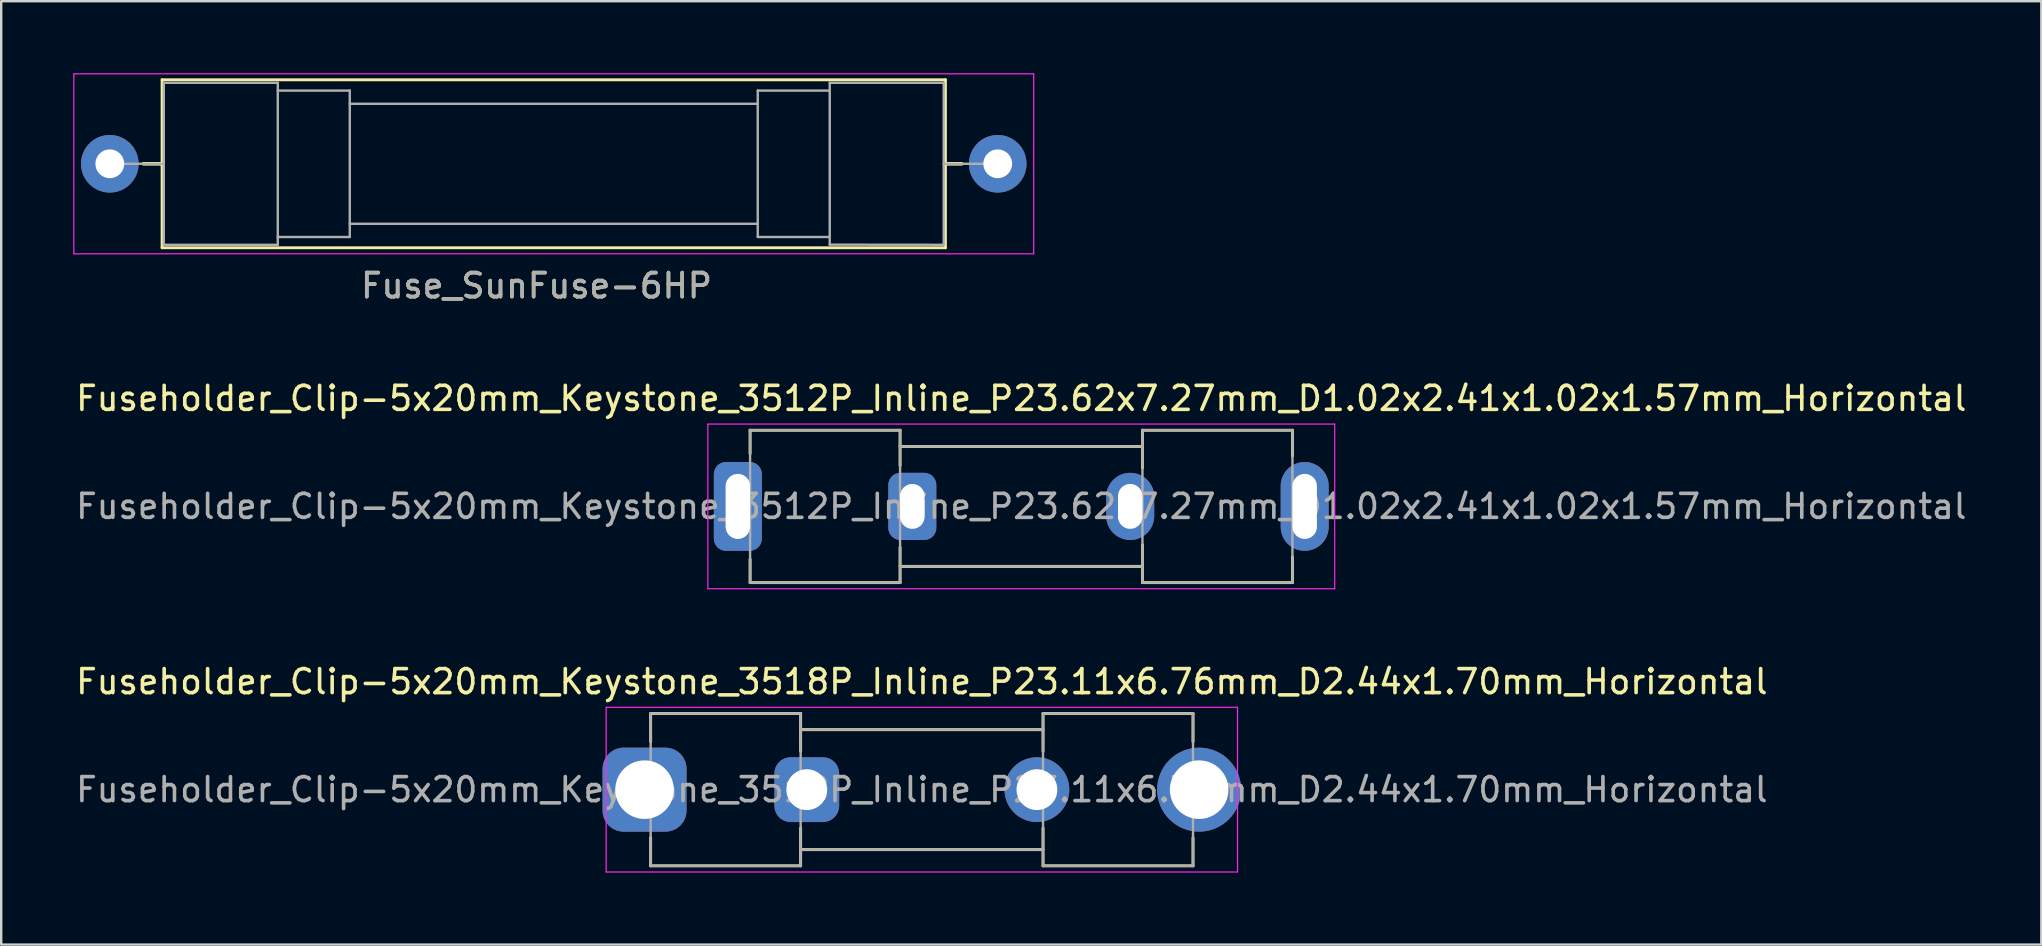
<source format=kicad_pcb>
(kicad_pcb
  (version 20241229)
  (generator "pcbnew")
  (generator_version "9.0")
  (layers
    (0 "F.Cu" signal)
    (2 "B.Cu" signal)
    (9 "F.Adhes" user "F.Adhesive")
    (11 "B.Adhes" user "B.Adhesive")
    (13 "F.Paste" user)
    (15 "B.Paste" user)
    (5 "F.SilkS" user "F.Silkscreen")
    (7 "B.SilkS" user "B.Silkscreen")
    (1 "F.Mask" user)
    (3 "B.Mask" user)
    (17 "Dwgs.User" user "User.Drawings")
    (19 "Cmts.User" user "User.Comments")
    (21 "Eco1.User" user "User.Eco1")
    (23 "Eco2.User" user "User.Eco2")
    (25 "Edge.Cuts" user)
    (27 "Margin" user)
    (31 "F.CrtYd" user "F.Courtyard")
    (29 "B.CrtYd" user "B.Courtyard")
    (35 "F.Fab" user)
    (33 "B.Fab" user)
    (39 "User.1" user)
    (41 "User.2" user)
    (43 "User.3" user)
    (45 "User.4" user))
  (footprint "Fuse_SunFuse-6HP"
    (layer "F.Cu")
    (at 1.525 3.775)
    (property "Reference" "Fuse_SunFuse-6HP" (at 17.78 5.08 0) (layer "F.SilkS") (effects (font (size 1 1) (thickness 0.15))))
    (attr through_hole)
    (fp_line (start 1.4 0) (end 2.18 0) (stroke (width 0.15) (type solid)) (layer "F.SilkS"))
    (fp_line (start 2.18 -3.5) (end 2.18 3.5) (stroke (width 0.12) (type solid)) (layer "F.SilkS"))
    (fp_line (start 2.18 -3.5) (end 34.82 -3.5) (stroke (width 0.12) (type solid)) (layer "F.SilkS"))
    (fp_line (start 2.18 3.5) (end 34.82 3.5) (stroke (width 0.12) (type solid)) (layer "F.SilkS"))
    (fp_line (start 34.82 0) (end 35.5 0) (stroke (width 0.15) (type solid)) (layer "F.SilkS"))
    (fp_line (start 34.82 3.5) (end 34.82 -3.5) (stroke (width 0.12) (type solid)) (layer "F.SilkS"))
    (fp_line (start -1.5 -3.75) (end -1.5 3.75) (stroke (width 0.05) (type solid)) (layer "F.CrtYd"))
    (fp_line (start -1.5 -3.75) (end 38.5 -3.75) (stroke (width 0.05) (type solid)) (layer "F.CrtYd"))
    (fp_line (start -1.5 3.75) (end 38.5 3.75) (stroke (width 0.05) (type solid)) (layer "F.CrtYd"))
    (fp_line (start 38.5 3.75) (end 38.5 -3.75) (stroke (width 0.05) (type solid)) (layer "F.CrtYd"))
    (fp_line (start 0 0) (end 2.25 0) (stroke (width 0.1) (type solid)) (layer "F.Fab"))
    (fp_line (start 2.25 -3.375) (end 2.25 3.375) (stroke (width 0.1) (type solid)) (layer "F.Fab"))
    (fp_line (start 2.25 -3.375) (end 7 -3.375) (stroke (width 0.1) (type solid)) (layer "F.Fab"))
    (fp_line (start 2.25 3.375) (end 7 3.375) (stroke (width 0.1) (type solid)) (layer "F.Fab"))
    (fp_line (start 7 -3.375) (end 7 3.375) (stroke (width 0.1) (type solid)) (layer "F.Fab"))
    (fp_line (start 7 -3.05) (end 10 -3.05) (stroke (width 0.1) (type solid)) (layer "F.Fab"))
    (fp_line (start 7 3.05) (end 10 3.05) (stroke (width 0.1) (type solid)) (layer "F.Fab"))
    (fp_line (start 10 -2.5) (end 27 -2.5) (stroke (width 0.1) (type solid)) (layer "F.Fab"))
    (fp_line (start 10 2.5) (end 27 2.5) (stroke (width 0.1) (type solid)) (layer "F.Fab"))
    (fp_line (start 10 3.05) (end 10 -3.05) (stroke (width 0.1) (type solid)) (layer "F.Fab"))
    (fp_line (start 27 -3.05) (end 30 -3.05) (stroke (width 0.1) (type solid)) (layer "F.Fab"))
    (fp_line (start 27 3.05) (end 27 -3.05) (stroke (width 0.1) (type solid)) (layer "F.Fab"))
    (fp_line (start 27 3.05) (end 30 3.05) (stroke (width 0.1) (type solid)) (layer "F.Fab"))
    (fp_line (start 30 -3.375) (end 30 3.375) (stroke (width 0.1) (type solid)) (layer "F.Fab"))
    (fp_line (start 30 -3.375) (end 34.75 -3.375) (stroke (width 0.1) (type solid)) (layer "F.Fab"))
    (fp_line (start 30 3.37) (end 34.75 3.375) (stroke (width 0.1) (type solid)) (layer "F.Fab"))
    (fp_line (start 34.75 -3.375) (end 34.75 3.375) (stroke (width 0.1) (type solid)) (layer "F.Fab"))
    (fp_line (start 34.75 0) (end 37 0) (stroke (width 0.1) (type solid)) (layer "F.Fab"))
    (fp_text user "${REFERENCE}" (at 17.78 5.08 0) (layer "F.Fab") (effects (font (size 1 1) (thickness 0.15))))
    (pad "1" thru_hole circle (at 0 0) (size 2.4 2.4) (drill 1.2) (layers "*.Cu" "*.Mask"))
    (pad "2" thru_hole circle (at 37 0) (size 2.4 2.4) (drill 1.2) (layers "*.Cu" "*.Mask")))
  (footprint "Fuseholder_Clip-5x20mm_Keystone_3518P_Inline_P23.11x6.76mm_D2.44x1.70mm_Horizontal"
    (layer "F.Cu")
    (at 23.808 29.855)
    (property "Reference" "Fuseholder_Clip-5x20mm_Keystone_3518P_Inline_P23.11x6.76mm_D2.44x1.70mm_Horizontal" (at 11.555 -4.5 0) (layer "F.SilkS") (effects (font (size 1 1) (thickness 0.15))))
    (attr through_hole)
    (fp_line (start 0.255 -3.175) (end 0.255 -2) (stroke (width 0.12) (type solid)) (layer "F.SilkS"))
    (fp_line (start 0.255 3.175) (end 0.255 2) (stroke (width 0.12) (type solid)) (layer "F.SilkS"))
    (fp_line (start 6.505 -3.175) (end 0.255 -3.175) (stroke (width 0.12) (type solid)) (layer "F.SilkS"))
    (fp_line (start 6.505 -3.175) (end 6.505 -1.6) (stroke (width 0.12) (type solid)) (layer "F.SilkS"))
    (fp_line (start 6.505 3.175) (end 0.255 3.175) (stroke (width 0.12) (type solid)) (layer "F.SilkS"))
    (fp_line (start 6.505 3.175) (end 6.505 1.6) (stroke (width 0.12) (type solid)) (layer "F.SilkS"))
    (fp_line (start 16.605 -3.175) (end 16.605 -1.6) (stroke (width 0.12) (type solid)) (layer "F.SilkS"))
    (fp_line (start 16.605 -2.5) (end 6.505 -2.5) (stroke (width 0.12) (type solid)) (layer "F.SilkS"))
    (fp_line (start 16.605 2.5) (end 6.505 2.5) (stroke (width 0.12) (type solid)) (layer "F.SilkS"))
    (fp_line (start 16.605 3.175) (end 16.605 1.6) (stroke (width 0.12) (type solid)) (layer "F.SilkS"))
    (fp_line (start 16.605 3.175) (end 22.855 3.175) (stroke (width 0.12) (type solid)) (layer "F.SilkS"))
    (fp_line (start 22.855 -3.175) (end 16.605 -3.175) (stroke (width 0.12) (type solid)) (layer "F.SilkS"))
    (fp_line (start 22.855 -2) (end 22.855 -3.175) (stroke (width 0.12) (type solid)) (layer "F.SilkS"))
    (fp_line (start 22.855 2) (end 22.855 3.175) (stroke (width 0.12) (type solid)) (layer "F.SilkS"))
    (fp_line (start -1.6 -3.43) (end -1.6 3.43) (stroke (width 0.05) (type solid)) (layer "F.CrtYd"))
    (fp_line (start -1.6 -3.43) (end 24.71 -3.43) (stroke (width 0.05) (type solid)) (layer "F.CrtYd"))
    (fp_line (start 24.71 3.43) (end -1.6 3.43) (stroke (width 0.05) (type solid)) (layer "F.CrtYd"))
    (fp_line (start 24.71 3.43) (end 24.71 -3.43) (stroke (width 0.05) (type solid)) (layer "F.CrtYd"))
    (fp_line (start 0.255 -3.175) (end 6.505 -3.175) (stroke (width 0.1) (type solid)) (layer "F.Fab"))
    (fp_line (start 0.255 3.175) (end 0.255 -3.175) (stroke (width 0.1) (type solid)) (layer "F.Fab"))
    (fp_line (start 6.505 -3.175) (end 6.505 3.175) (stroke (width 0.1) (type solid)) (layer "F.Fab"))
    (fp_line (start 6.505 -2.5) (end 16.605 -2.5) (stroke (width 0.1) (type solid)) (layer "F.Fab"))
    (fp_line (start 6.505 3.175) (end 0.255 3.175) (stroke (width 0.1) (type solid)) (layer "F.Fab"))
    (fp_line (start 16.605 -3.175) (end 16.605 3.175) (stroke (width 0.1) (type solid)) (layer "F.Fab"))
    (fp_line (start 16.605 2.5) (end 6.505 2.5) (stroke (width 0.1) (type solid)) (layer "F.Fab"))
    (fp_line (start 16.605 3.175) (end 22.855 3.175) (stroke (width 0.1) (type solid)) (layer "F.Fab"))
    (fp_line (start 22.855 -3.175) (end 16.605 -3.175) (stroke (width 0.1) (type solid)) (layer "F.Fab"))
    (fp_line (start 22.855 3.175) (end 22.855 -3.175) (stroke (width 0.1) (type solid)) (layer "F.Fab"))
    (fp_text user "${REFERENCE}" (at 11.555 0 0) (layer "F.Fab") (effects (font (size 1 1) (thickness 0.15))))
    (pad "1" thru_hole roundrect (at 0 0) (size 3.5 3.5) (drill 2.44) (layers "*.Cu" "*.Mask") (roundrect_rratio 0.25))
    (pad "1" thru_hole roundrect (at 6.76 0) (size 2.7 2.7) (drill 1.7) (layers "*.Cu" "*.Mask") (roundrect_rratio 0.25))
    (pad "2" thru_hole circle (at 16.35 0) (size 2.7 2.7) (drill 1.7) (layers "*.Cu" "*.Mask"))
    (pad "2" thru_hole circle (at 23.11 0) (size 3.5 3.5) (drill 2.44) (layers "*.Cu" "*.Mask")))
  (footprint "Fuseholder_Clip-5x20mm_Keystone_3512P_Inline_P23.62x7.27mm_D1.02x2.41x1.02x1.57mm_Horizontal"
    (layer "F.Cu")
    (at 27.696 18.052)
    (property "Reference" "Fuseholder_Clip-5x20mm_Keystone_3512P_Inline_P23.62x7.27mm_D1.02x2.41x1.02x1.57mm_Horizontal" (at 11.81 -4.5 0) (layer "F.SilkS") (effects (font (size 1 1) (thickness 0.15))))
    (attr through_hole)
    (fp_line (start 0.51 -3.175) (end 0.51 -2.2) (stroke (width 0.12) (type solid)) (layer "F.SilkS"))
    (fp_line (start 0.51 3.175) (end 0.51 2.2) (stroke (width 0.12) (type solid)) (layer "F.SilkS"))
    (fp_line (start 6.76 -3.175) (end 0.51 -3.175) (stroke (width 0.12) (type solid)) (layer "F.SilkS"))
    (fp_line (start 6.76 -3.175) (end 6.76 -1.7) (stroke (width 0.12) (type solid)) (layer "F.SilkS"))
    (fp_line (start 6.76 3.175) (end 0.51 3.175) (stroke (width 0.12) (type solid)) (layer "F.SilkS"))
    (fp_line (start 6.76 3.175) (end 6.76 1.7) (stroke (width 0.12) (type solid)) (layer "F.SilkS"))
    (fp_line (start 16.86 -3.175) (end 16.86 -1.6) (stroke (width 0.12) (type solid)) (layer "F.SilkS"))
    (fp_line (start 16.86 -2.5) (end 6.76 -2.5) (stroke (width 0.12) (type solid)) (layer "F.SilkS"))
    (fp_line (start 16.86 2.5) (end 6.76 2.5) (stroke (width 0.12) (type solid)) (layer "F.SilkS"))
    (fp_line (start 16.86 3.175) (end 16.86 1.6) (stroke (width 0.12) (type solid)) (layer "F.SilkS"))
    (fp_line (start 16.86 3.175) (end 23.11 3.175) (stroke (width 0.12) (type solid)) (layer "F.SilkS"))
    (fp_line (start 23.11 -3.175) (end 16.86 -3.175) (stroke (width 0.12) (type solid)) (layer "F.SilkS"))
    (fp_line (start 23.11 -2.1) (end 23.11 -3.175) (stroke (width 0.12) (type solid)) (layer "F.SilkS"))
    (fp_line (start 23.11 2.1) (end 23.11 3.175) (stroke (width 0.12) (type solid)) (layer "F.SilkS"))
    (fp_line (start -1.25 -3.43) (end -1.25 3.43) (stroke (width 0.05) (type solid)) (layer "F.CrtYd"))
    (fp_line (start -1.25 -3.43) (end 24.87 -3.43) (stroke (width 0.05) (type solid)) (layer "F.CrtYd"))
    (fp_line (start 24.87 3.43) (end -1.25 3.43) (stroke (width 0.05) (type solid)) (layer "F.CrtYd"))
    (fp_line (start 24.87 3.43) (end 24.87 -3.43) (stroke (width 0.05) (type solid)) (layer "F.CrtYd"))
    (fp_line (start 0.51 -3.175) (end 6.76 -3.175) (stroke (width 0.1) (type solid)) (layer "F.Fab"))
    (fp_line (start 0.51 3.175) (end 0.51 -3.175) (stroke (width 0.1) (type solid)) (layer "F.Fab"))
    (fp_line (start 6.76 -3.175) (end 6.76 3.175) (stroke (width 0.1) (type solid)) (layer "F.Fab"))
    (fp_line (start 6.76 -2.5) (end 16.86 -2.5) (stroke (width 0.1) (type solid)) (layer "F.Fab"))
    (fp_line (start 6.76 3.175) (end 0.51 3.175) (stroke (width 0.1) (type solid)) (layer "F.Fab"))
    (fp_line (start 16.86 -3.175) (end 16.86 3.175) (stroke (width 0.1) (type solid)) (layer "F.Fab"))
    (fp_line (start 16.86 2.5) (end 6.76 2.5) (stroke (width 0.1) (type solid)) (layer "F.Fab"))
    (fp_line (start 16.86 3.175) (end 23.11 3.175) (stroke (width 0.1) (type solid)) (layer "F.Fab"))
    (fp_line (start 23.11 -3.175) (end 16.86 -3.175) (stroke (width 0.1) (type solid)) (layer "F.Fab"))
    (fp_line (start 23.11 3.175) (end 23.11 -3.175) (stroke (width 0.1) (type solid)) (layer "F.Fab"))
    (fp_text user "${REFERENCE}" (at 11.81 0 0) (layer "F.Fab") (effects (font (size 1 1) (thickness 0.15))))
    (pad "1" thru_hole roundrect (at 0 0) (size 2 3.7) (drill oval 1.02 2.71) (layers "*.Cu" "*.Mask") (roundrect_rratio 0.25))
    (pad "1" thru_hole roundrect (at 7.27 0) (size 2 2.8) (drill oval 1.02 1.87) (layers "*.Cu" "*.Mask") (roundrect_rratio 0.25))
    (pad "2" thru_hole oval (at 16.35 0) (size 2 2.8) (drill oval 1.02 1.87) (layers "*.Cu" "*.Mask"))
    (pad "2" thru_hole oval (at 23.62 0) (size 2 3.7) (drill oval 1.02 2.71) (layers "*.Cu" "*.Mask")))
  (gr_rect
    (start -3 -3)
    (end 82.012 36.31)
    (stroke (width 0.1) (type default))
    (fill no)
    (layer "Edge.Cuts")))
</source>
